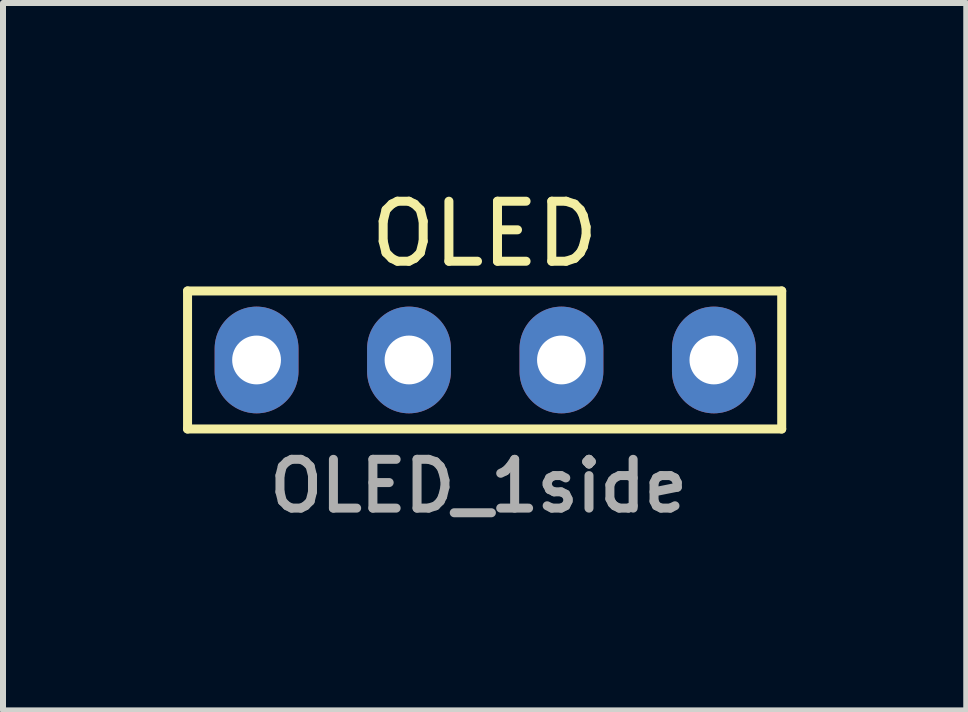
<source format=kicad_pcb>
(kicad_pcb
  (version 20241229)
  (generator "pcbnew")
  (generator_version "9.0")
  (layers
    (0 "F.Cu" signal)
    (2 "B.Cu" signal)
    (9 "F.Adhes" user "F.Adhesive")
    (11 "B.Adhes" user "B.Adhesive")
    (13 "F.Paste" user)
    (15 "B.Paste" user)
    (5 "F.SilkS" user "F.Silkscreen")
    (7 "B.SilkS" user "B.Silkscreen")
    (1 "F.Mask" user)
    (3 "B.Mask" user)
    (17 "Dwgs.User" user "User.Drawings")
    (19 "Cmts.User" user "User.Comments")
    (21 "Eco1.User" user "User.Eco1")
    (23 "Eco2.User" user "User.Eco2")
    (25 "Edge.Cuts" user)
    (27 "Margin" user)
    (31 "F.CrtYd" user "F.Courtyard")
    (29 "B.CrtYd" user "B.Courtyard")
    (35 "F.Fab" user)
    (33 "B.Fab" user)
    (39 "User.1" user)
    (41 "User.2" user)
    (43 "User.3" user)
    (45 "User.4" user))
  (footprint "OLED_1side"
    (layer "F.Cu")
    (at 1.225 2.948)
    (property "Reference" "OLED_1side" (at 3.7 2.1 180) (layer "F.Fab") (effects (font (size 0.813 0.813) (thickness 0.15))))
    (attr through_hole)
    (fp_line (start -1.15 -1.15) (end 8.75 -1.15) (stroke (width 0.15) (type solid)) (layer "F.SilkS"))
    (fp_line (start -1.15 1.15) (end -1.15 -1.15) (stroke (width 0.15) (type solid)) (layer "F.SilkS"))
    (fp_line (start -1.15 1.15) (end 8.75 1.15) (stroke (width 0.15) (type solid)) (layer "F.SilkS"))
    (fp_line (start 8.75 -1.15) (end 8.75 1.15) (stroke (width 0.15) (type solid)) (layer "F.SilkS"))
    (fp_text user "OLED" (at 3.8 -2.1 0) (layer "F.SilkS") (effects (font (size 1 1) (thickness 0.15))))
    (pad "1" thru_hole oval (at 0 0) (size 1.397 1.778) (drill 0.813) (layers "*.Cu" "B.Mask"))
    (pad "2" thru_hole oval (at 2.54 0) (size 1.397 1.778) (drill 0.813) (layers "*.Cu" "B.Mask"))
    (pad "3" thru_hole oval (at 5.08 0) (size 1.397 1.778) (drill 0.813) (layers "*.Cu" "B.Mask"))
    (pad "4" thru_hole oval (at 7.62 0) (size 1.397 1.778) (drill 0.813) (layers "*.Cu" "B.Mask")))
  (gr_rect
    (start -3 -3)
    (end 13.05 8.787)
    (stroke (width 0.1) (type default))
    (fill no)
    (layer "Edge.Cuts")))
</source>
